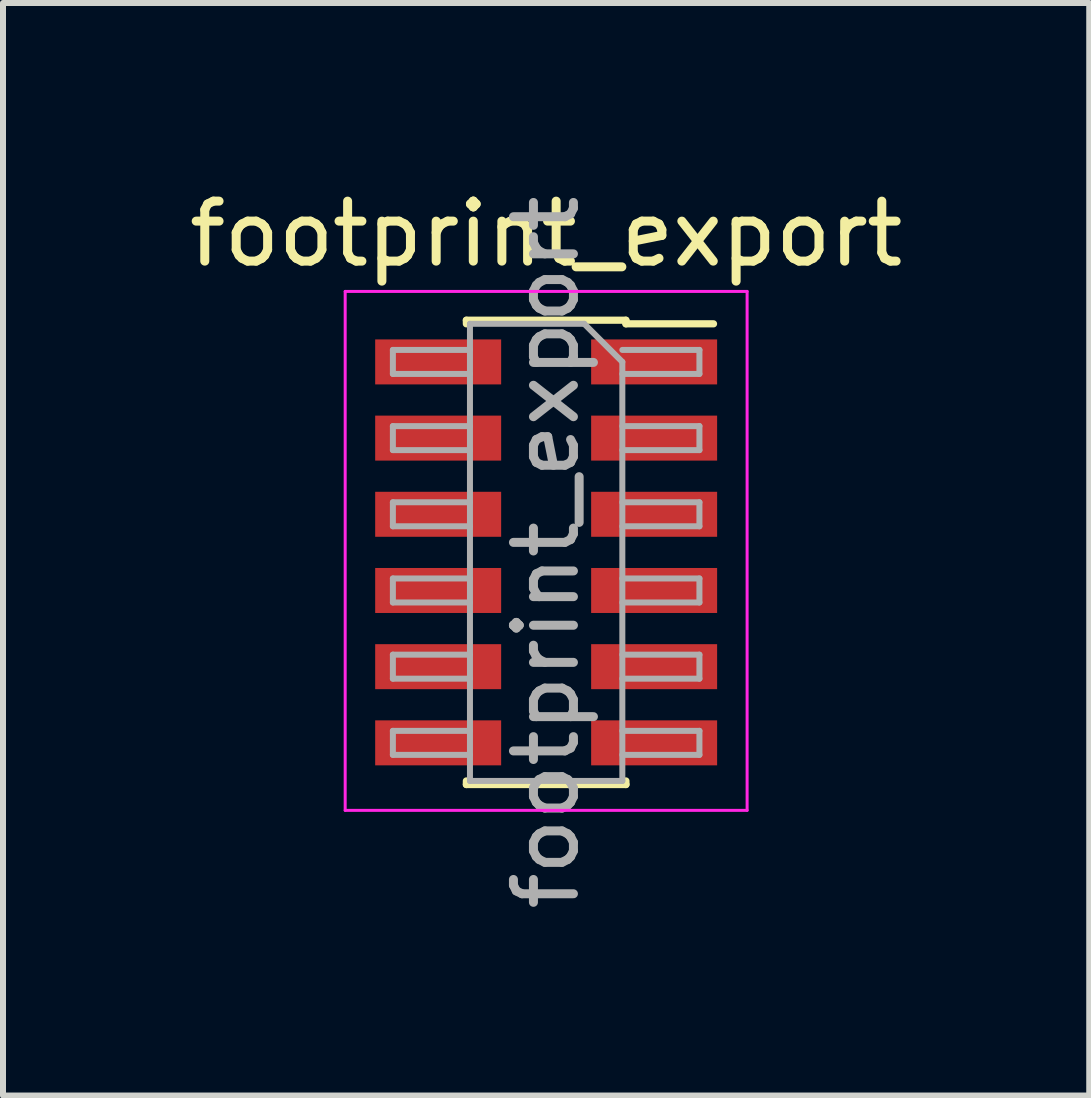
<source format=kicad_pcb>
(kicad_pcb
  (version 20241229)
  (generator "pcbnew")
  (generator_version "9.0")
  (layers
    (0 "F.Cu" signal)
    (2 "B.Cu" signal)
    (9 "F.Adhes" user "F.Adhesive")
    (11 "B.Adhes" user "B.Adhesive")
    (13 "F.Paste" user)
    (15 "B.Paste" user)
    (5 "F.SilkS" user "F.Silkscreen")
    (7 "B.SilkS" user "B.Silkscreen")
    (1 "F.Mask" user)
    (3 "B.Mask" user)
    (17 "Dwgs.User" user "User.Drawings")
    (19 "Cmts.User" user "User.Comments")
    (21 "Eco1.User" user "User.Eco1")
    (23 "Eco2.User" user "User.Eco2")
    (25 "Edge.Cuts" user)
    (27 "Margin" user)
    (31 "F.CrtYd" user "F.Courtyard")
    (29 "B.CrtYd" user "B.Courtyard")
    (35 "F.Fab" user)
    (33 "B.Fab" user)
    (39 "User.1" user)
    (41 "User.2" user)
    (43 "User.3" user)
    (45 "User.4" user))
  (footprint "footprint_export"
    (layer "F.Cu")
    (at 6.054 6.158)
    (property "Reference" "footprint_export" (at 0 -5.31 0) (layer "F.SilkS") (effects (font (size 1 1) (thickness 0.15))))
    (attr smd)
    (fp_line (start -1.33 -3.87) (end -1.33 -3.81) (stroke (width 0.12) (type solid)) (layer "F.SilkS"))
    (fp_line (start -1.33 -3.87) (end 1.33 -3.87) (stroke (width 0.12) (type solid)) (layer "F.SilkS"))
    (fp_line (start -1.33 3.81) (end -1.33 3.87) (stroke (width 0.12) (type solid)) (layer "F.SilkS"))
    (fp_line (start -1.33 3.87) (end 1.33 3.87) (stroke (width 0.12) (type solid)) (layer "F.SilkS"))
    (fp_line (start 1.33 -3.87) (end 1.33 -3.81) (stroke (width 0.12) (type solid)) (layer "F.SilkS"))
    (fp_line (start 1.33 -3.81) (end 2.79 -3.81) (stroke (width 0.12) (type solid)) (layer "F.SilkS"))
    (fp_line (start 1.33 3.81) (end 1.33 3.87) (stroke (width 0.12) (type solid)) (layer "F.SilkS"))
    (fp_line (start -3.35 -4.35) (end 3.35 -4.35) (stroke (width 0.05) (type solid)) (layer "F.CrtYd"))
    (fp_line (start -3.35 4.3) (end -3.35 -4.35) (stroke (width 0.05) (type solid)) (layer "F.CrtYd"))
    (fp_line (start 3.35 -4.35) (end 3.35 4.3) (stroke (width 0.05) (type solid)) (layer "F.CrtYd"))
    (fp_line (start 3.35 4.3) (end -3.35 4.3) (stroke (width 0.05) (type solid)) (layer "F.CrtYd"))
    (fp_line (start -2.555 -3.375) (end -1.27 -3.375) (stroke (width 0.1) (type solid)) (layer "F.Fab"))
    (fp_line (start -2.555 -2.975) (end -2.555 -3.375) (stroke (width 0.1) (type solid)) (layer "F.Fab"))
    (fp_line (start -2.555 -2.105) (end -1.27 -2.105) (stroke (width 0.1) (type solid)) (layer "F.Fab"))
    (fp_line (start -2.555 -1.705) (end -2.555 -2.105) (stroke (width 0.1) (type solid)) (layer "F.Fab"))
    (fp_line (start -2.555 -0.835) (end -1.27 -0.835) (stroke (width 0.1) (type solid)) (layer "F.Fab"))
    (fp_line (start -2.555 -0.435) (end -2.555 -0.835) (stroke (width 0.1) (type solid)) (layer "F.Fab"))
    (fp_line (start -2.555 0.435) (end -1.27 0.435) (stroke (width 0.1) (type solid)) (layer "F.Fab"))
    (fp_line (start -2.555 0.835) (end -2.555 0.435) (stroke (width 0.1) (type solid)) (layer "F.Fab"))
    (fp_line (start -2.555 1.705) (end -1.27 1.705) (stroke (width 0.1) (type solid)) (layer "F.Fab"))
    (fp_line (start -2.555 2.105) (end -2.555 1.705) (stroke (width 0.1) (type solid)) (layer "F.Fab"))
    (fp_line (start -2.555 2.975) (end -1.27 2.975) (stroke (width 0.1) (type solid)) (layer "F.Fab"))
    (fp_line (start -2.555 3.375) (end -2.555 2.975) (stroke (width 0.1) (type solid)) (layer "F.Fab"))
    (fp_line (start -1.27 -3.81) (end 0.635 -3.81) (stroke (width 0.1) (type solid)) (layer "F.Fab"))
    (fp_line (start -1.27 -2.975) (end -2.555 -2.975) (stroke (width 0.1) (type solid)) (layer "F.Fab"))
    (fp_line (start -1.27 -1.705) (end -2.555 -1.705) (stroke (width 0.1) (type solid)) (layer "F.Fab"))
    (fp_line (start -1.27 -0.435) (end -2.555 -0.435) (stroke (width 0.1) (type solid)) (layer "F.Fab"))
    (fp_line (start -1.27 0.835) (end -2.555 0.835) (stroke (width 0.1) (type solid)) (layer "F.Fab"))
    (fp_line (start -1.27 2.105) (end -2.555 2.105) (stroke (width 0.1) (type solid)) (layer "F.Fab"))
    (fp_line (start -1.27 3.375) (end -2.555 3.375) (stroke (width 0.1) (type solid)) (layer "F.Fab"))
    (fp_line (start -1.27 3.81) (end -1.27 -3.81) (stroke (width 0.1) (type solid)) (layer "F.Fab"))
    (fp_line (start 0.635 -3.81) (end 1.27 -3.175) (stroke (width 0.1) (type solid)) (layer "F.Fab"))
    (fp_line (start 1.27 -3.375) (end 2.555 -3.375) (stroke (width 0.1) (type solid)) (layer "F.Fab"))
    (fp_line (start 1.27 -3.175) (end 1.27 3.81) (stroke (width 0.1) (type solid)) (layer "F.Fab"))
    (fp_line (start 1.27 -2.105) (end 2.555 -2.105) (stroke (width 0.1) (type solid)) (layer "F.Fab"))
    (fp_line (start 1.27 -0.835) (end 2.555 -0.835) (stroke (width 0.1) (type solid)) (layer "F.Fab"))
    (fp_line (start 1.27 0.435) (end 2.555 0.435) (stroke (width 0.1) (type solid)) (layer "F.Fab"))
    (fp_line (start 1.27 1.705) (end 2.555 1.705) (stroke (width 0.1) (type solid)) (layer "F.Fab"))
    (fp_line (start 1.27 2.975) (end 2.555 2.975) (stroke (width 0.1) (type solid)) (layer "F.Fab"))
    (fp_line (start 1.27 3.81) (end -1.27 3.81) (stroke (width 0.1) (type solid)) (layer "F.Fab"))
    (fp_line (start 2.555 -3.375) (end 2.555 -2.975) (stroke (width 0.1) (type solid)) (layer "F.Fab"))
    (fp_line (start 2.555 -2.975) (end 1.27 -2.975) (stroke (width 0.1) (type solid)) (layer "F.Fab"))
    (fp_line (start 2.555 -2.105) (end 2.555 -1.705) (stroke (width 0.1) (type solid)) (layer "F.Fab"))
    (fp_line (start 2.555 -1.705) (end 1.27 -1.705) (stroke (width 0.1) (type solid)) (layer "F.Fab"))
    (fp_line (start 2.555 -0.835) (end 2.555 -0.435) (stroke (width 0.1) (type solid)) (layer "F.Fab"))
    (fp_line (start 2.555 -0.435) (end 1.27 -0.435) (stroke (width 0.1) (type solid)) (layer "F.Fab"))
    (fp_line (start 2.555 0.435) (end 2.555 0.835) (stroke (width 0.1) (type solid)) (layer "F.Fab"))
    (fp_line (start 2.555 0.835) (end 1.27 0.835) (stroke (width 0.1) (type solid)) (layer "F.Fab"))
    (fp_line (start 2.555 1.705) (end 2.555 2.105) (stroke (width 0.1) (type solid)) (layer "F.Fab"))
    (fp_line (start 2.555 2.105) (end 1.27 2.105) (stroke (width 0.1) (type solid)) (layer "F.Fab"))
    (fp_line (start 2.555 2.975) (end 2.555 3.375) (stroke (width 0.1) (type solid)) (layer "F.Fab"))
    (fp_line (start 2.555 3.375) (end 1.27 3.375) (stroke (width 0.1) (type solid)) (layer "F.Fab"))
    (fp_text user "${REFERENCE}" (at 0 0 90) (layer "F.Fab") (effects (font (size 1 1) (thickness 0.15))))
    (pad "1" smd rect (at 1.8 -3.175) (size 2.1 0.75) (layers "F.Cu" "F.Mask" "F.Paste"))
    (pad "2" smd rect (at -1.8 -3.175) (size 2.1 0.75) (layers "F.Cu" "F.Mask" "F.Paste"))
    (pad "3" smd rect (at 1.8 -1.905) (size 2.1 0.75) (layers "F.Cu" "F.Mask" "F.Paste"))
    (pad "4" smd rect (at -1.8 -1.905) (size 2.1 0.75) (layers "F.Cu" "F.Mask" "F.Paste"))
    (pad "5" smd rect (at 1.8 -0.635) (size 2.1 0.75) (layers "F.Cu" "F.Mask" "F.Paste"))
    (pad "6" smd rect (at -1.8 -0.635) (size 2.1 0.75) (layers "F.Cu" "F.Mask" "F.Paste"))
    (pad "7" smd rect (at 1.8 0.635) (size 2.1 0.75) (layers "F.Cu" "F.Mask" "F.Paste"))
    (pad "8" smd rect (at -1.8 0.635) (size 2.1 0.75) (layers "F.Cu" "F.Mask" "F.Paste"))
    (pad "9" smd rect (at 1.8 1.905) (size 2.1 0.75) (layers "F.Cu" "F.Mask" "F.Paste"))
    (pad "10" smd rect (at -1.8 1.905) (size 2.1 0.75) (layers "F.Cu" "F.Mask" "F.Paste"))
    (pad "11" smd rect (at 1.8 3.175) (size 2.1 0.75) (layers "F.Cu" "F.Mask" "F.Paste"))
    (pad "12" smd rect (at -1.8 3.175) (size 2.1 0.75) (layers "F.Cu" "F.Mask" "F.Paste")))
  (gr_rect
    (start -3 -3)
    (end 15.107 15.212)
    (stroke (width 0.1) (type default))
    (fill no)
    (layer "Edge.Cuts")))
</source>
